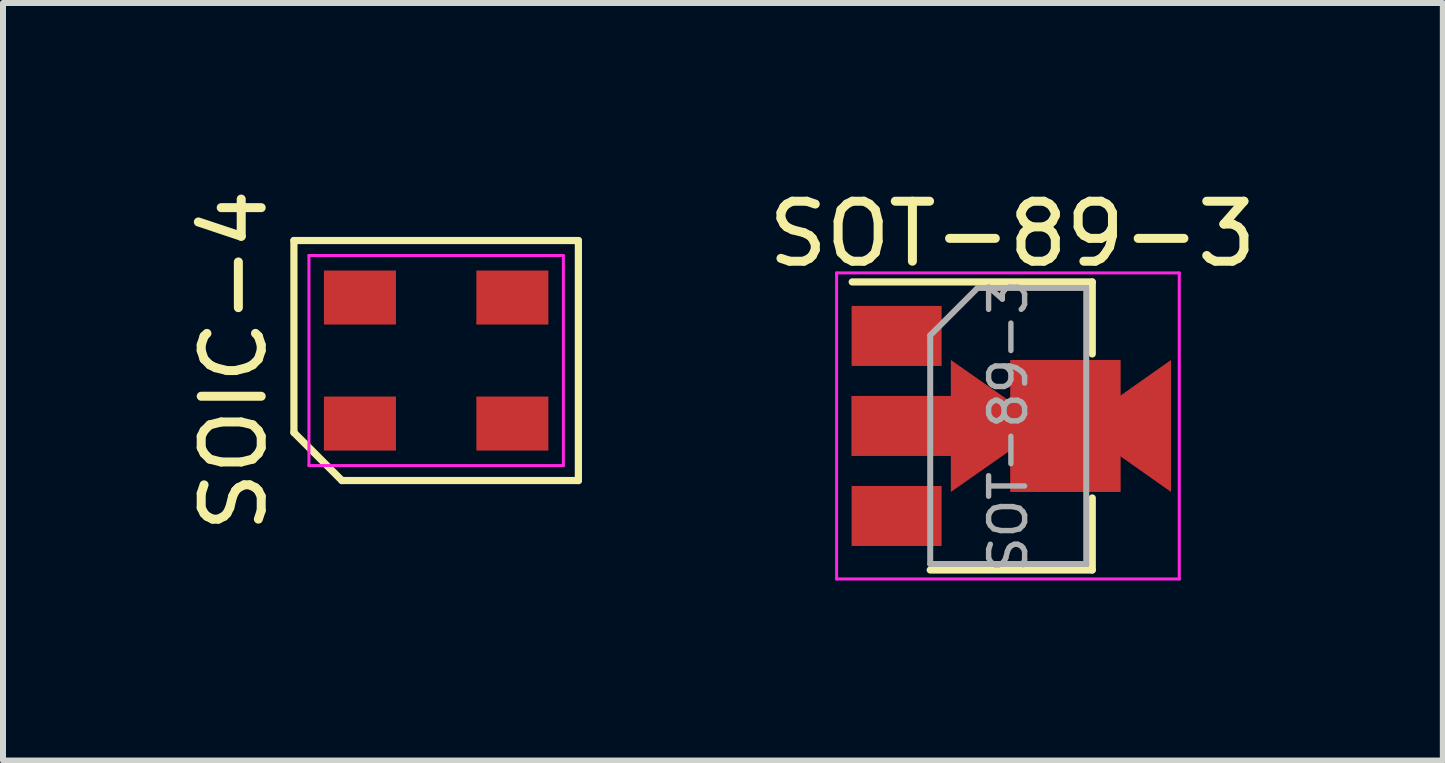
<source format=kicad_pcb>
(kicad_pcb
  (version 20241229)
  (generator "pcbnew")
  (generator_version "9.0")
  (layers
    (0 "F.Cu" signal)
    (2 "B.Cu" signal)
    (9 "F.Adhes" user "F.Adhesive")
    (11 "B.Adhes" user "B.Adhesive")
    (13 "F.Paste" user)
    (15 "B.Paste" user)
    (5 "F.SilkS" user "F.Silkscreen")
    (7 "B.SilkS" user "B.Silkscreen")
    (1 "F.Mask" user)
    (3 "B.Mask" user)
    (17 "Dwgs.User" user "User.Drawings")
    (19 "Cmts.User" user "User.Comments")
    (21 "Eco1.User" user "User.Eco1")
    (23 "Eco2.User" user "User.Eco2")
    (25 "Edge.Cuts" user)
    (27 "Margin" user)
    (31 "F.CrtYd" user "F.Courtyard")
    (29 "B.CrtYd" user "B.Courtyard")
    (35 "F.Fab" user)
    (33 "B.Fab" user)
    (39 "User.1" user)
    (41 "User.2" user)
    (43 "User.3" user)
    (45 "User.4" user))
  (footprint "SOIC-4"
    (layer "F.Cu")
    (at 4.218 2.958)
    (property "Reference" "SOIC-4" (at -3.37 0 90) (layer "F.SilkS") (effects (font (size 1 1) (thickness 0.15))))
    (attr smd)
    (fp_line (start -2.37 -2) (end 2.37 -2) (stroke (width 0.12) (type solid)) (layer "F.SilkS"))
    (fp_line (start -2.37 1.2) (end -2.37 -2) (stroke (width 0.12) (type solid)) (layer "F.SilkS"))
    (fp_line (start -1.57 2) (end -2.37 1.2) (stroke (width 0.12) (type solid)) (layer "F.SilkS"))
    (fp_line (start 2.37 -2) (end 2.37 2) (stroke (width 0.12) (type solid)) (layer "F.SilkS"))
    (fp_line (start 2.37 2) (end -1.57 2) (stroke (width 0.12) (type solid)) (layer "F.SilkS"))
    (fp_line (start -2.12 -1.75) (end 2.12 -1.75) (stroke (width 0.05) (type solid)) (layer "F.CrtYd"))
    (fp_line (start -2.12 1.75) (end -2.12 -1.75) (stroke (width 0.05) (type solid)) (layer "F.CrtYd"))
    (fp_line (start 2.12 -1.75) (end 2.12 1.75) (stroke (width 0.05) (type solid)) (layer "F.CrtYd"))
    (fp_line (start 2.12 1.75) (end -2.12 1.75) (stroke (width 0.05) (type solid)) (layer "F.CrtYd"))
    (pad "1" smd rect (at -1.27 1.05) (size 1.2 0.9) (layers "F.Cu" "F.Mask" "F.Paste"))
    (pad "2" smd rect (at 1.27 1.05) (size 1.2 0.9) (layers "F.Cu" "F.Mask" "F.Paste"))
    (pad "3" smd rect (at 1.27 -1.05) (size 1.2 0.9) (layers "F.Cu" "F.Mask" "F.Paste"))
    (pad "4" smd rect (at -1.27 -1.05) (size 1.2 0.9) (layers "F.Cu" "F.Mask" "F.Paste")))
  (footprint "SOT-89-3"
    (layer "F.Cu")
    (at 13.371 4.048)
    (property "Reference" "SOT-89-3" (at 0.45 -3.2 0) (layer "F.SilkS") (effects (font (size 1 1) (thickness 0.15))))
    (attr smd)
    (fp_line (start -2.22 -2.4) (end 1.78 -2.4) (stroke (width 0.12) (type solid)) (layer "F.SilkS"))
    (fp_line (start 1.78 -2.4) (end 1.78 -1.2) (stroke (width 0.12) (type solid)) (layer "F.SilkS"))
    (fp_line (start 1.78 1.2) (end 1.78 2.4) (stroke (width 0.12) (type solid)) (layer "F.SilkS"))
    (fp_line (start 1.78 2.4) (end -0.92 2.4) (stroke (width 0.12) (type solid)) (layer "F.SilkS"))
    (fp_line (start -2.48 2.55) (end -2.48 -2.55) (stroke (width 0.05) (type solid)) (layer "F.CrtYd"))
    (fp_line (start -2.48 2.55) (end 3.23 2.55) (stroke (width 0.05) (type solid)) (layer "F.CrtYd"))
    (fp_line (start 3.23 -2.55) (end -2.48 -2.55) (stroke (width 0.05) (type solid)) (layer "F.CrtYd"))
    (fp_line (start 3.23 -2.55) (end 3.23 2.55) (stroke (width 0.05) (type solid)) (layer "F.CrtYd"))
    (fp_line (start -0.92 -1.51) (end -0.13 -2.3) (stroke (width 0.1) (type solid)) (layer "F.Fab"))
    (fp_line (start -0.92 2.3) (end -0.92 -1.51) (stroke (width 0.1) (type solid)) (layer "F.Fab"))
    (fp_line (start -0.13 -2.3) (end 1.68 -2.3) (stroke (width 0.1) (type solid)) (layer "F.Fab"))
    (fp_line (start 1.68 -2.3) (end 1.68 2.3) (stroke (width 0.1) (type solid)) (layer "F.Fab"))
    (fp_line (start 1.68 2.3) (end -0.92 2.3) (stroke (width 0.1) (type solid)) (layer "F.Fab"))
    (fp_text user "${REFERENCE}" (at 0.38 0 90) (layer "F.Fab") (effects (font (size 0.6 0.6) (thickness 0.09))))
    (pad "1" smd rect (at -1.48 -1.5 270) (size 1 1.5) (layers "F.Cu" "F.Mask" "F.Paste"))
    (pad "2" smd rect (at -1.333 0 270) (size 1 1.8) (layers "F.Cu" "F.Mask" "F.Paste"))
    (pad "2" smd trapezoid (at -0.076 0 270) (size 1.5 1) (rect_delta 0 0.7) (layers "F.Cu" "F.Mask" "F.Paste"))
    (pad "2" smd rect (at 1.333 0 270) (size 2.2 1.84) (layers "F.Cu" "F.Mask" "F.Paste"))
    (pad "2" smd trapezoid (at 2.667 0 90) (size 1.6 0.85) (rect_delta 0 0.6) (layers "F.Cu" "F.Mask" "F.Paste"))
    (pad "3" smd rect (at -1.48 1.5 270) (size 1 1.5) (layers "F.Cu" "F.Mask" "F.Paste")))
  (gr_rect
    (start -3 -3)
    (end 20.993 9.623)
    (stroke (width 0.1) (type default))
    (fill no)
    (layer "Edge.Cuts")))
</source>
